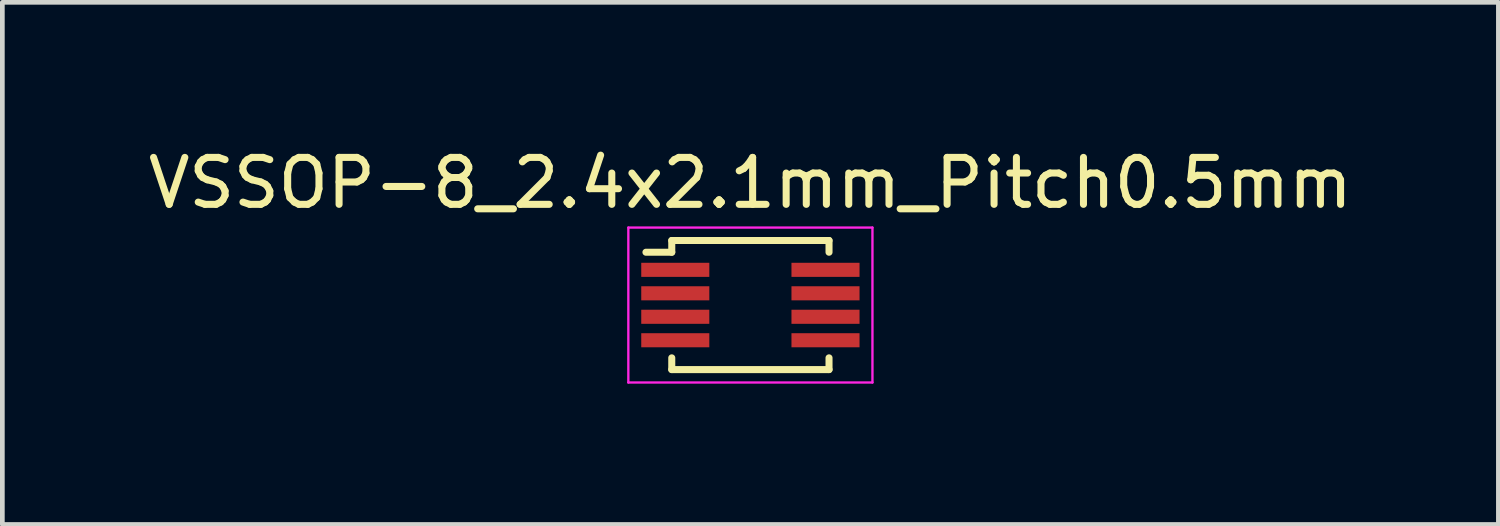
<source format=kicad_pcb>
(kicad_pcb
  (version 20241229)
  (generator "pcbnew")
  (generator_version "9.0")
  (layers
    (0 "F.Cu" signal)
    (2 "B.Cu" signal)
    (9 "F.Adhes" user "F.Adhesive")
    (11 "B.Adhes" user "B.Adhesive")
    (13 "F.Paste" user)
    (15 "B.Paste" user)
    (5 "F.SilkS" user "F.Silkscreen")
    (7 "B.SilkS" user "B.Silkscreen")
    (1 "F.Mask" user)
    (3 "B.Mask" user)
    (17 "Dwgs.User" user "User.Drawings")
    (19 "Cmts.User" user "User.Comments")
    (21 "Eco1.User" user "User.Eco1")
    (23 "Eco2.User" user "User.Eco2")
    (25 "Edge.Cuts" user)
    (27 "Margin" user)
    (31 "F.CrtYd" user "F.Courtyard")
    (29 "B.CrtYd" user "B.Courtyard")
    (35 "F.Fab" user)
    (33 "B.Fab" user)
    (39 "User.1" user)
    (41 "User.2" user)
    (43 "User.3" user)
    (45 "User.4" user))
  (footprint "VSSOP-8_2.4x2.1mm_Pitch0.5mm"
    (layer "F.Cu")
    (at 12.935 3.448)
    (property "Reference" "VSSOP-8_2.4x2.1mm_Pitch0.5mm" (at 0 -2.6 0) (layer "F.SilkS") (effects (font (size 1 1) (thickness 0.15))))
    (attr smd)
    (fp_line (start -1.675 -1.375) (end -1.675 -1.125) (stroke (width 0.15) (type solid)) (layer "F.SilkS"))
    (fp_line (start -1.675 -1.375) (end 1.675 -1.375) (stroke (width 0.15) (type solid)) (layer "F.SilkS"))
    (fp_line (start -1.675 -1.125) (end -2.225 -1.125) (stroke (width 0.15) (type solid)) (layer "F.SilkS"))
    (fp_line (start -1.675 1.375) (end -1.675 1.125) (stroke (width 0.15) (type solid)) (layer "F.SilkS"))
    (fp_line (start -1.675 1.375) (end 1.675 1.375) (stroke (width 0.15) (type solid)) (layer "F.SilkS"))
    (fp_line (start 1.675 -1.375) (end 1.675 -1.125) (stroke (width 0.15) (type solid)) (layer "F.SilkS"))
    (fp_line (start 1.675 1.375) (end 1.675 1.125) (stroke (width 0.15) (type solid)) (layer "F.SilkS"))
    (fp_line (start -2.6 -1.65) (end -2.6 1.65) (stroke (width 0.05) (type solid)) (layer "F.CrtYd"))
    (fp_line (start -2.6 -1.65) (end 2.6 -1.65) (stroke (width 0.05) (type solid)) (layer "F.CrtYd"))
    (fp_line (start -2.6 1.65) (end 2.6 1.65) (stroke (width 0.05) (type solid)) (layer "F.CrtYd"))
    (fp_line (start 2.6 -1.65) (end 2.6 1.65) (stroke (width 0.05) (type solid)) (layer "F.CrtYd"))
    (pad "1" smd rect (at -1.6 -0.75) (size 1.45 0.3) (layers "F.Cu" "F.Mask" "F.Paste"))
    (pad "2" smd rect (at -1.6 -0.25) (size 1.45 0.3) (layers "F.Cu" "F.Mask" "F.Paste"))
    (pad "3" smd rect (at -1.6 0.25) (size 1.45 0.3) (layers "F.Cu" "F.Mask" "F.Paste"))
    (pad "4" smd rect (at -1.6 0.75) (size 1.45 0.3) (layers "F.Cu" "F.Mask" "F.Paste"))
    (pad "5" smd rect (at 1.6 0.75) (size 1.45 0.3) (layers "F.Cu" "F.Mask" "F.Paste"))
    (pad "6" smd rect (at 1.6 0.25) (size 1.45 0.3) (layers "F.Cu" "F.Mask" "F.Paste"))
    (pad "7" smd rect (at 1.6 -0.25) (size 1.45 0.3) (layers "F.Cu" "F.Mask" "F.Paste"))
    (pad "8" smd rect (at 1.6 -0.75) (size 1.45 0.3) (layers "F.Cu" "F.Mask" "F.Paste")))
  (gr_rect
    (start -3 -3)
    (end 28.869 8.123)
    (stroke (width 0.1) (type default))
    (fill no)
    (layer "Edge.Cuts")))
</source>
